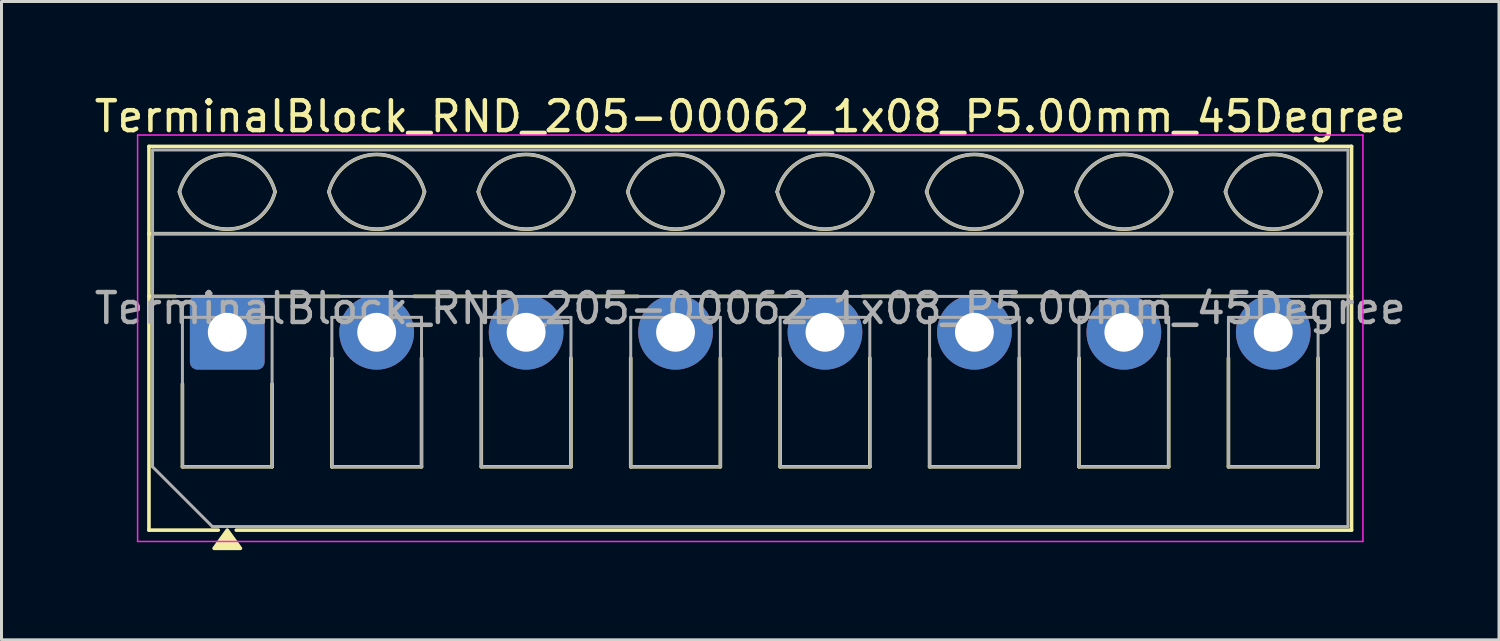
<source format=kicad_pcb>
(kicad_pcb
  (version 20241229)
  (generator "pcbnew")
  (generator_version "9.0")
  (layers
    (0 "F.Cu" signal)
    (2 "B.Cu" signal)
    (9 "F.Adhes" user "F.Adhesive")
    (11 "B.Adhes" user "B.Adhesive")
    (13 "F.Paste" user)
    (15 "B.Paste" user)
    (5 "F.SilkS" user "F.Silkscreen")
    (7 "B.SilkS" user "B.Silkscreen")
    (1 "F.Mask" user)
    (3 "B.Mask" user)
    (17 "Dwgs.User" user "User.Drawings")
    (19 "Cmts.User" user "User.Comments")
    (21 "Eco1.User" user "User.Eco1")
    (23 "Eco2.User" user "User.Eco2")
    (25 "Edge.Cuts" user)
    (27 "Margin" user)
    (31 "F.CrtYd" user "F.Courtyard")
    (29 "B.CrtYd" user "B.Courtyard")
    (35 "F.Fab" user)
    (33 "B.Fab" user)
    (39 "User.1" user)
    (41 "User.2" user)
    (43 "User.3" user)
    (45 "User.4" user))
  (footprint "TerminalBlock_RND_205-00062_1x08_P5.00mm_45Degree"
    (layer "F.Cu")
    (at 4.554 8.068)
    (property "Reference" "TerminalBlock_RND_205-00062_1x08_P5.00mm_45Degree" (at 17.5 -7.22 0) (layer "F.SilkS") (effects (font (size 1 1) (thickness 0.15))))
    (attr through_hole)
    (fp_line (start -2.62 -6.22) (end 37.62 -6.22) (stroke (width 0.12) (type solid)) (layer "F.SilkS"))
    (fp_line (start -2.62 -3.3) (end 37.62 -3.3) (stroke (width 0.12) (type solid)) (layer "F.SilkS"))
    (fp_line (start -2.62 -1.2) (end -1.73 -1.2) (stroke (width 0.12) (type solid)) (layer "F.SilkS"))
    (fp_line (start -2.62 6.62) (end -2.62 -6.22) (stroke (width 0.12) (type solid)) (layer "F.SilkS"))
    (fp_line (start -1.5 4.5) (end -1.5 1.73) (stroke (width 0.12) (type solid)) (layer "F.SilkS"))
    (fp_line (start -0.3 6.62) (end -2.62 6.62) (stroke (width 0.12) (type solid)) (layer "F.SilkS"))
    (fp_line (start 1.5 1.73) (end 1.5 4.5) (stroke (width 0.12) (type solid)) (layer "F.SilkS"))
    (fp_line (start 1.5 4.5) (end -1.5 4.5) (stroke (width 0.12) (type solid)) (layer "F.SilkS"))
    (fp_line (start 1.73 -1.2) (end 3.754 -1.2) (stroke (width 0.12) (type solid)) (layer "F.SilkS"))
    (fp_line (start 3.5 4.5) (end 3.5 0.862) (stroke (width 0.12) (type solid)) (layer "F.SilkS"))
    (fp_line (start 6.246 -1.2) (end 8.754 -1.2) (stroke (width 0.12) (type solid)) (layer "F.SilkS"))
    (fp_line (start 6.5 0.862) (end 6.5 4.5) (stroke (width 0.12) (type solid)) (layer "F.SilkS"))
    (fp_line (start 6.5 4.5) (end 3.5 4.5) (stroke (width 0.12) (type solid)) (layer "F.SilkS"))
    (fp_line (start 8.5 4.5) (end 8.5 0.862) (stroke (width 0.12) (type solid)) (layer "F.SilkS"))
    (fp_line (start 11.246 -1.2) (end 13.754 -1.2) (stroke (width 0.12) (type solid)) (layer "F.SilkS"))
    (fp_line (start 11.5 0.862) (end 11.5 4.5) (stroke (width 0.12) (type solid)) (layer "F.SilkS"))
    (fp_line (start 11.5 4.5) (end 8.5 4.5) (stroke (width 0.12) (type solid)) (layer "F.SilkS"))
    (fp_line (start 13.5 4.5) (end 13.5 0.862) (stroke (width 0.12) (type solid)) (layer "F.SilkS"))
    (fp_line (start 16.246 -1.2) (end 18.754 -1.2) (stroke (width 0.12) (type solid)) (layer "F.SilkS"))
    (fp_line (start 16.5 0.862) (end 16.5 4.5) (stroke (width 0.12) (type solid)) (layer "F.SilkS"))
    (fp_line (start 16.5 4.5) (end 13.5 4.5) (stroke (width 0.12) (type solid)) (layer "F.SilkS"))
    (fp_line (start 18.5 4.5) (end 18.5 0.862) (stroke (width 0.12) (type solid)) (layer "F.SilkS"))
    (fp_line (start 21.246 -1.2) (end 23.754 -1.2) (stroke (width 0.12) (type solid)) (layer "F.SilkS"))
    (fp_line (start 21.5 0.862) (end 21.5 4.5) (stroke (width 0.12) (type solid)) (layer "F.SilkS"))
    (fp_line (start 21.5 4.5) (end 18.5 4.5) (stroke (width 0.12) (type solid)) (layer "F.SilkS"))
    (fp_line (start 23.5 4.5) (end 23.5 0.862) (stroke (width 0.12) (type solid)) (layer "F.SilkS"))
    (fp_line (start 26.246 -1.2) (end 28.754 -1.2) (stroke (width 0.12) (type solid)) (layer "F.SilkS"))
    (fp_line (start 26.5 0.862) (end 26.5 4.5) (stroke (width 0.12) (type solid)) (layer "F.SilkS"))
    (fp_line (start 26.5 4.5) (end 23.5 4.5) (stroke (width 0.12) (type solid)) (layer "F.SilkS"))
    (fp_line (start 28.5 4.5) (end 28.5 0.862) (stroke (width 0.12) (type solid)) (layer "F.SilkS"))
    (fp_line (start 31.246 -1.2) (end 33.754 -1.2) (stroke (width 0.12) (type solid)) (layer "F.SilkS"))
    (fp_line (start 31.5 0.862) (end 31.5 4.5) (stroke (width 0.12) (type solid)) (layer "F.SilkS"))
    (fp_line (start 31.5 4.5) (end 28.5 4.5) (stroke (width 0.12) (type solid)) (layer "F.SilkS"))
    (fp_line (start 33.5 4.5) (end 33.5 0.862) (stroke (width 0.12) (type solid)) (layer "F.SilkS"))
    (fp_line (start 36.246 -1.2) (end 37.62 -1.2) (stroke (width 0.12) (type solid)) (layer "F.SilkS"))
    (fp_line (start 36.5 0.862) (end 36.5 4.5) (stroke (width 0.12) (type solid)) (layer "F.SilkS"))
    (fp_line (start 36.5 4.5) (end 33.5 4.5) (stroke (width 0.12) (type solid)) (layer "F.SilkS"))
    (fp_line (start 37.62 -6.22) (end 37.62 6.62) (stroke (width 0.12) (type solid)) (layer "F.SilkS"))
    (fp_line (start 37.62 6.62) (end 0.3 6.62) (stroke (width 0.12) (type solid)) (layer "F.SilkS"))
    (fp_arc (start -1.6 -4.7) (mid 0 -5.95) (end 1.6 -4.7) (stroke (width 0.12) (type solid)) (layer "F.SilkS"))
    (fp_arc (start 1.6 -4.7) (mid 0 -3.45) (end -1.6 -4.7) (stroke (width 0.12) (type solid)) (layer "F.SilkS"))
    (fp_arc (start 3.4 -4.7) (mid 5 -5.95) (end 6.6 -4.7) (stroke (width 0.12) (type solid)) (layer "F.SilkS"))
    (fp_arc (start 6.6 -4.7) (mid 5 -3.45) (end 3.4 -4.7) (stroke (width 0.12) (type solid)) (layer "F.SilkS"))
    (fp_arc (start 8.4 -4.7) (mid 10 -5.95) (end 11.6 -4.7) (stroke (width 0.12) (type solid)) (layer "F.SilkS"))
    (fp_arc (start 11.6 -4.7) (mid 10 -3.45) (end 8.4 -4.7) (stroke (width 0.12) (type solid)) (layer "F.SilkS"))
    (fp_arc (start 13.4 -4.7) (mid 15 -5.95) (end 16.6 -4.7) (stroke (width 0.12) (type solid)) (layer "F.SilkS"))
    (fp_arc (start 16.6 -4.7) (mid 15 -3.45) (end 13.4 -4.7) (stroke (width 0.12) (type solid)) (layer "F.SilkS"))
    (fp_arc (start 18.4 -4.7) (mid 20 -5.95) (end 21.6 -4.7) (stroke (width 0.12) (type solid)) (layer "F.SilkS"))
    (fp_arc (start 21.6 -4.7) (mid 20 -3.45) (end 18.4 -4.7) (stroke (width 0.12) (type solid)) (layer "F.SilkS"))
    (fp_arc (start 23.4 -4.7) (mid 25 -5.95) (end 26.6 -4.7) (stroke (width 0.12) (type solid)) (layer "F.SilkS"))
    (fp_arc (start 26.6 -4.7) (mid 25 -3.45) (end 23.4 -4.7) (stroke (width 0.12) (type solid)) (layer "F.SilkS"))
    (fp_arc (start 28.4 -4.7) (mid 30 -5.95) (end 31.6 -4.7) (stroke (width 0.12) (type solid)) (layer "F.SilkS"))
    (fp_arc (start 31.6 -4.7) (mid 30 -3.45) (end 28.4 -4.7) (stroke (width 0.12) (type solid)) (layer "F.SilkS"))
    (fp_arc (start 33.4 -4.7) (mid 35 -5.95) (end 36.6 -4.7) (stroke (width 0.12) (type solid)) (layer "F.SilkS"))
    (fp_arc (start 36.6 -4.7) (mid 35 -3.45) (end 33.4 -4.7) (stroke (width 0.12) (type solid)) (layer "F.SilkS"))
    (fp_poly (pts (xy 0 6.62) (xy 0.44 7.23) (xy -0.44 7.23)) (stroke (width 0.12) (type solid)) (fill yes) (layer "F.SilkS"))
    (fp_line (start -3 -6.6) (end -3 7) (stroke (width 0.05) (type solid)) (layer "F.CrtYd"))
    (fp_line (start -3 7) (end 38 7) (stroke (width 0.05) (type solid)) (layer "F.CrtYd"))
    (fp_line (start 38 -6.6) (end -3 -6.6) (stroke (width 0.05) (type solid)) (layer "F.CrtYd"))
    (fp_line (start 38 7) (end 38 -6.6) (stroke (width 0.05) (type solid)) (layer "F.CrtYd"))
    (fp_line (start -2.5 -6.1) (end 37.5 -6.1) (stroke (width 0.1) (type solid)) (layer "F.Fab"))
    (fp_line (start -2.5 -3.3) (end 37.5 -3.3) (stroke (width 0.1) (type solid)) (layer "F.Fab"))
    (fp_line (start -2.5 -1.2) (end 37.5 -1.2) (stroke (width 0.1) (type solid)) (layer "F.Fab"))
    (fp_line (start -2.5 4.5) (end -2.5 -6.1) (stroke (width 0.1) (type solid)) (layer "F.Fab"))
    (fp_line (start -1.5 -0.5) (end -1.5 4.5) (stroke (width 0.1) (type solid)) (layer "F.Fab"))
    (fp_line (start -1.5 4.5) (end 1.5 4.5) (stroke (width 0.1) (type solid)) (layer "F.Fab"))
    (fp_line (start -0.5 6.5) (end -2.5 4.5) (stroke (width 0.1) (type solid)) (layer "F.Fab"))
    (fp_line (start 1.5 -0.5) (end -1.5 -0.5) (stroke (width 0.1) (type solid)) (layer "F.Fab"))
    (fp_line (start 1.5 4.5) (end 1.5 -0.5) (stroke (width 0.1) (type solid)) (layer "F.Fab"))
    (fp_line (start 3.5 -0.5) (end 3.5 4.5) (stroke (width 0.1) (type solid)) (layer "F.Fab"))
    (fp_line (start 3.5 4.5) (end 6.5 4.5) (stroke (width 0.1) (type solid)) (layer "F.Fab"))
    (fp_line (start 6.5 -0.5) (end 3.5 -0.5) (stroke (width 0.1) (type solid)) (layer "F.Fab"))
    (fp_line (start 6.5 4.5) (end 6.5 -0.5) (stroke (width 0.1) (type solid)) (layer "F.Fab"))
    (fp_line (start 8.5 -0.5) (end 8.5 4.5) (stroke (width 0.1) (type solid)) (layer "F.Fab"))
    (fp_line (start 8.5 4.5) (end 11.5 4.5) (stroke (width 0.1) (type solid)) (layer "F.Fab"))
    (fp_line (start 11.5 -0.5) (end 8.5 -0.5) (stroke (width 0.1) (type solid)) (layer "F.Fab"))
    (fp_line (start 11.5 4.5) (end 11.5 -0.5) (stroke (width 0.1) (type solid)) (layer "F.Fab"))
    (fp_line (start 13.5 -0.5) (end 13.5 4.5) (stroke (width 0.1) (type solid)) (layer "F.Fab"))
    (fp_line (start 13.5 4.5) (end 16.5 4.5) (stroke (width 0.1) (type solid)) (layer "F.Fab"))
    (fp_line (start 16.5 -0.5) (end 13.5 -0.5) (stroke (width 0.1) (type solid)) (layer "F.Fab"))
    (fp_line (start 16.5 4.5) (end 16.5 -0.5) (stroke (width 0.1) (type solid)) (layer "F.Fab"))
    (fp_line (start 18.5 -0.5) (end 18.5 4.5) (stroke (width 0.1) (type solid)) (layer "F.Fab"))
    (fp_line (start 18.5 4.5) (end 21.5 4.5) (stroke (width 0.1) (type solid)) (layer "F.Fab"))
    (fp_line (start 21.5 -0.5) (end 18.5 -0.5) (stroke (width 0.1) (type solid)) (layer "F.Fab"))
    (fp_line (start 21.5 4.5) (end 21.5 -0.5) (stroke (width 0.1) (type solid)) (layer "F.Fab"))
    (fp_line (start 23.5 -0.5) (end 23.5 4.5) (stroke (width 0.1) (type solid)) (layer "F.Fab"))
    (fp_line (start 23.5 4.5) (end 26.5 4.5) (stroke (width 0.1) (type solid)) (layer "F.Fab"))
    (fp_line (start 26.5 -0.5) (end 23.5 -0.5) (stroke (width 0.1) (type solid)) (layer "F.Fab"))
    (fp_line (start 26.5 4.5) (end 26.5 -0.5) (stroke (width 0.1) (type solid)) (layer "F.Fab"))
    (fp_line (start 28.5 -0.5) (end 28.5 4.5) (stroke (width 0.1) (type solid)) (layer "F.Fab"))
    (fp_line (start 28.5 4.5) (end 31.5 4.5) (stroke (width 0.1) (type solid)) (layer "F.Fab"))
    (fp_line (start 31.5 -0.5) (end 28.5 -0.5) (stroke (width 0.1) (type solid)) (layer "F.Fab"))
    (fp_line (start 31.5 4.5) (end 31.5 -0.5) (stroke (width 0.1) (type solid)) (layer "F.Fab"))
    (fp_line (start 33.5 -0.5) (end 33.5 4.5) (stroke (width 0.1) (type solid)) (layer "F.Fab"))
    (fp_line (start 33.5 4.5) (end 36.5 4.5) (stroke (width 0.1) (type solid)) (layer "F.Fab"))
    (fp_line (start 36.5 -0.5) (end 33.5 -0.5) (stroke (width 0.1) (type solid)) (layer "F.Fab"))
    (fp_line (start 36.5 4.5) (end 36.5 -0.5) (stroke (width 0.1) (type solid)) (layer "F.Fab"))
    (fp_line (start 37.5 -6.1) (end 37.5 6.5) (stroke (width 0.1) (type solid)) (layer "F.Fab"))
    (fp_line (start 37.5 6.5) (end -0.5 6.5) (stroke (width 0.1) (type solid)) (layer "F.Fab"))
    (fp_arc (start -1.6 -4.7) (mid 0 -5.95) (end 1.6 -4.7) (stroke (width 0.1) (type solid)) (layer "F.Fab"))
    (fp_arc (start 1.6 -4.7) (mid 0 -3.45) (end -1.6 -4.7) (stroke (width 0.1) (type solid)) (layer "F.Fab"))
    (fp_arc (start 3.4 -4.7) (mid 5 -5.95) (end 6.6 -4.7) (stroke (width 0.1) (type solid)) (layer "F.Fab"))
    (fp_arc (start 6.6 -4.7) (mid 5 -3.45) (end 3.4 -4.7) (stroke (width 0.1) (type solid)) (layer "F.Fab"))
    (fp_arc (start 8.4 -4.7) (mid 10 -5.95) (end 11.6 -4.7) (stroke (width 0.1) (type solid)) (layer "F.Fab"))
    (fp_arc (start 11.6 -4.7) (mid 10 -3.45) (end 8.4 -4.7) (stroke (width 0.1) (type solid)) (layer "F.Fab"))
    (fp_arc (start 13.4 -4.7) (mid 15 -5.95) (end 16.6 -4.7) (stroke (width 0.1) (type solid)) (layer "F.Fab"))
    (fp_arc (start 16.6 -4.7) (mid 15 -3.45) (end 13.4 -4.7) (stroke (width 0.1) (type solid)) (layer "F.Fab"))
    (fp_arc (start 18.4 -4.7) (mid 20 -5.95) (end 21.6 -4.7) (stroke (width 0.1) (type solid)) (layer "F.Fab"))
    (fp_arc (start 21.6 -4.7) (mid 20 -3.45) (end 18.4 -4.7) (stroke (width 0.1) (type solid)) (layer "F.Fab"))
    (fp_arc (start 23.4 -4.7) (mid 25 -5.95) (end 26.6 -4.7) (stroke (width 0.1) (type solid)) (layer "F.Fab"))
    (fp_arc (start 26.6 -4.7) (mid 25 -3.45) (end 23.4 -4.7) (stroke (width 0.1) (type solid)) (layer "F.Fab"))
    (fp_arc (start 28.4 -4.7) (mid 30 -5.95) (end 31.6 -4.7) (stroke (width 0.1) (type solid)) (layer "F.Fab"))
    (fp_arc (start 31.6 -4.7) (mid 30 -3.45) (end 28.4 -4.7) (stroke (width 0.1) (type solid)) (layer "F.Fab"))
    (fp_arc (start 33.4 -4.7) (mid 35 -5.95) (end 36.6 -4.7) (stroke (width 0.1) (type solid)) (layer "F.Fab"))
    (fp_arc (start 36.6 -4.7) (mid 35 -3.45) (end 33.4 -4.7) (stroke (width 0.1) (type solid)) (layer "F.Fab"))
    (fp_text user "${REFERENCE}" (at 17.5 -0.8 0) (layer "F.Fab") (effects (font (size 1 1) (thickness 0.15))))
    (pad "1" thru_hole roundrect (at 0 0) (size 2.5 2.5) (drill 1.3) (layers "*.Cu" "*.Mask") (roundrect_rratio 0.1))
    (pad "2" thru_hole circle (at 5 0) (size 2.5 2.5) (drill 1.3) (layers "*.Cu" "*.Mask"))
    (pad "3" thru_hole circle (at 10 0) (size 2.5 2.5) (drill 1.3) (layers "*.Cu" "*.Mask"))
    (pad "4" thru_hole circle (at 15 0) (size 2.5 2.5) (drill 1.3) (layers "*.Cu" "*.Mask"))
    (pad "5" thru_hole circle (at 20 0) (size 2.5 2.5) (drill 1.3) (layers "*.Cu" "*.Mask"))
    (pad "6" thru_hole circle (at 25 0) (size 2.5 2.5) (drill 1.3) (layers "*.Cu" "*.Mask"))
    (pad "7" thru_hole circle (at 30 0) (size 2.5 2.5) (drill 1.3) (layers "*.Cu" "*.Mask"))
    (pad "8" thru_hole circle (at 35 0) (size 2.5 2.5) (drill 1.3) (layers "*.Cu" "*.Mask")))
  (gr_rect
    (start -3 -3)
    (end 47.107 18.358)
    (stroke (width 0.1) (type default))
    (fill no)
    (layer "Edge.Cuts")))
</source>
